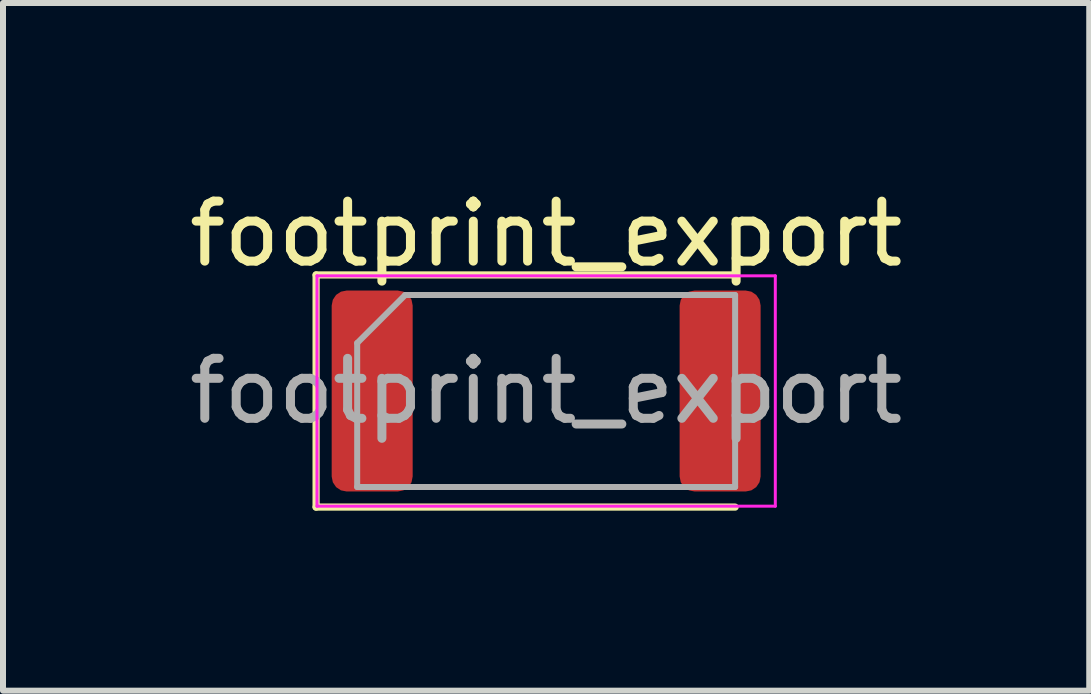
<source format=kicad_pcb>
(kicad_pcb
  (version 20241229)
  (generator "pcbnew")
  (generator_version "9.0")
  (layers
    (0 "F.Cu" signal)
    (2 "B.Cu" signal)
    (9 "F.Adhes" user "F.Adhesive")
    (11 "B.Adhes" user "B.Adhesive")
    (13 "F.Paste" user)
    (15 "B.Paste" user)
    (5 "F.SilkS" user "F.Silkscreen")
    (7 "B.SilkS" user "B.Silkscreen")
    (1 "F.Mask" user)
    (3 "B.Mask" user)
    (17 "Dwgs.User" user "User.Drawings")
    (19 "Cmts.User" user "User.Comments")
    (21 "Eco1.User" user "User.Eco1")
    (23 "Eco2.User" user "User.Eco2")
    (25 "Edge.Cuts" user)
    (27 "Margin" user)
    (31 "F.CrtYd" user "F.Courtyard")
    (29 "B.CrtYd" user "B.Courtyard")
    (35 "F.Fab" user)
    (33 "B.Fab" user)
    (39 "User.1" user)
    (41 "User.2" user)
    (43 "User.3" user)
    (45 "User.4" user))
  (footprint "footprint_export"
    (layer "F.Cu")
    (at 6.054 3.468)
    (property "Reference" "footprint_export" (at 0 -2.62 0) (layer "F.SilkS") (effects (font (size 1 1) (thickness 0.15))))
    (attr smd)
    (fp_line (start -3.835 -1.935) (end -3.835 1.935) (stroke (width 0.12) (type solid)) (layer "F.SilkS"))
    (fp_line (start -3.835 1.935) (end 3.15 1.935) (stroke (width 0.12) (type solid)) (layer "F.SilkS"))
    (fp_line (start 3.15 -1.935) (end -3.835 -1.935) (stroke (width 0.12) (type solid)) (layer "F.SilkS"))
    (fp_line (start -3.82 -1.92) (end 3.82 -1.92) (stroke (width 0.05) (type solid)) (layer "F.CrtYd"))
    (fp_line (start -3.82 1.92) (end -3.82 -1.92) (stroke (width 0.05) (type solid)) (layer "F.CrtYd"))
    (fp_line (start 3.82 -1.92) (end 3.82 1.92) (stroke (width 0.05) (type solid)) (layer "F.CrtYd"))
    (fp_line (start 3.82 1.92) (end -3.82 1.92) (stroke (width 0.05) (type solid)) (layer "F.CrtYd"))
    (fp_line (start -3.15 -0.8) (end -3.15 1.6) (stroke (width 0.1) (type solid)) (layer "F.Fab"))
    (fp_line (start -3.15 1.6) (end 3.15 1.6) (stroke (width 0.1) (type solid)) (layer "F.Fab"))
    (fp_line (start -2.35 -1.6) (end -3.15 -0.8) (stroke (width 0.1) (type solid)) (layer "F.Fab"))
    (fp_line (start 3.15 -1.6) (end -2.35 -1.6) (stroke (width 0.1) (type solid)) (layer "F.Fab"))
    (fp_line (start 3.15 1.6) (end 3.15 -1.6) (stroke (width 0.1) (type solid)) (layer "F.Fab"))
    (fp_text user "${REFERENCE}" (at 0 0 0) (layer "F.Fab") (effects (font (size 1 1) (thickness 0.15))))
    (pad "1" smd roundrect (at -2.9 0) (size 1.35 3.35) (layers "F.Cu" "F.Mask" "F.Paste") (roundrect_rratio 0.185))
    (pad "2" smd roundrect (at 2.9 0) (size 1.35 3.35) (layers "F.Cu" "F.Mask" "F.Paste") (roundrect_rratio 0.185)))
  (gr_rect
    (start -3 -3)
    (end 15.107 8.463)
    (stroke (width 0.1) (type default))
    (fill no)
    (layer "Edge.Cuts")))
</source>
